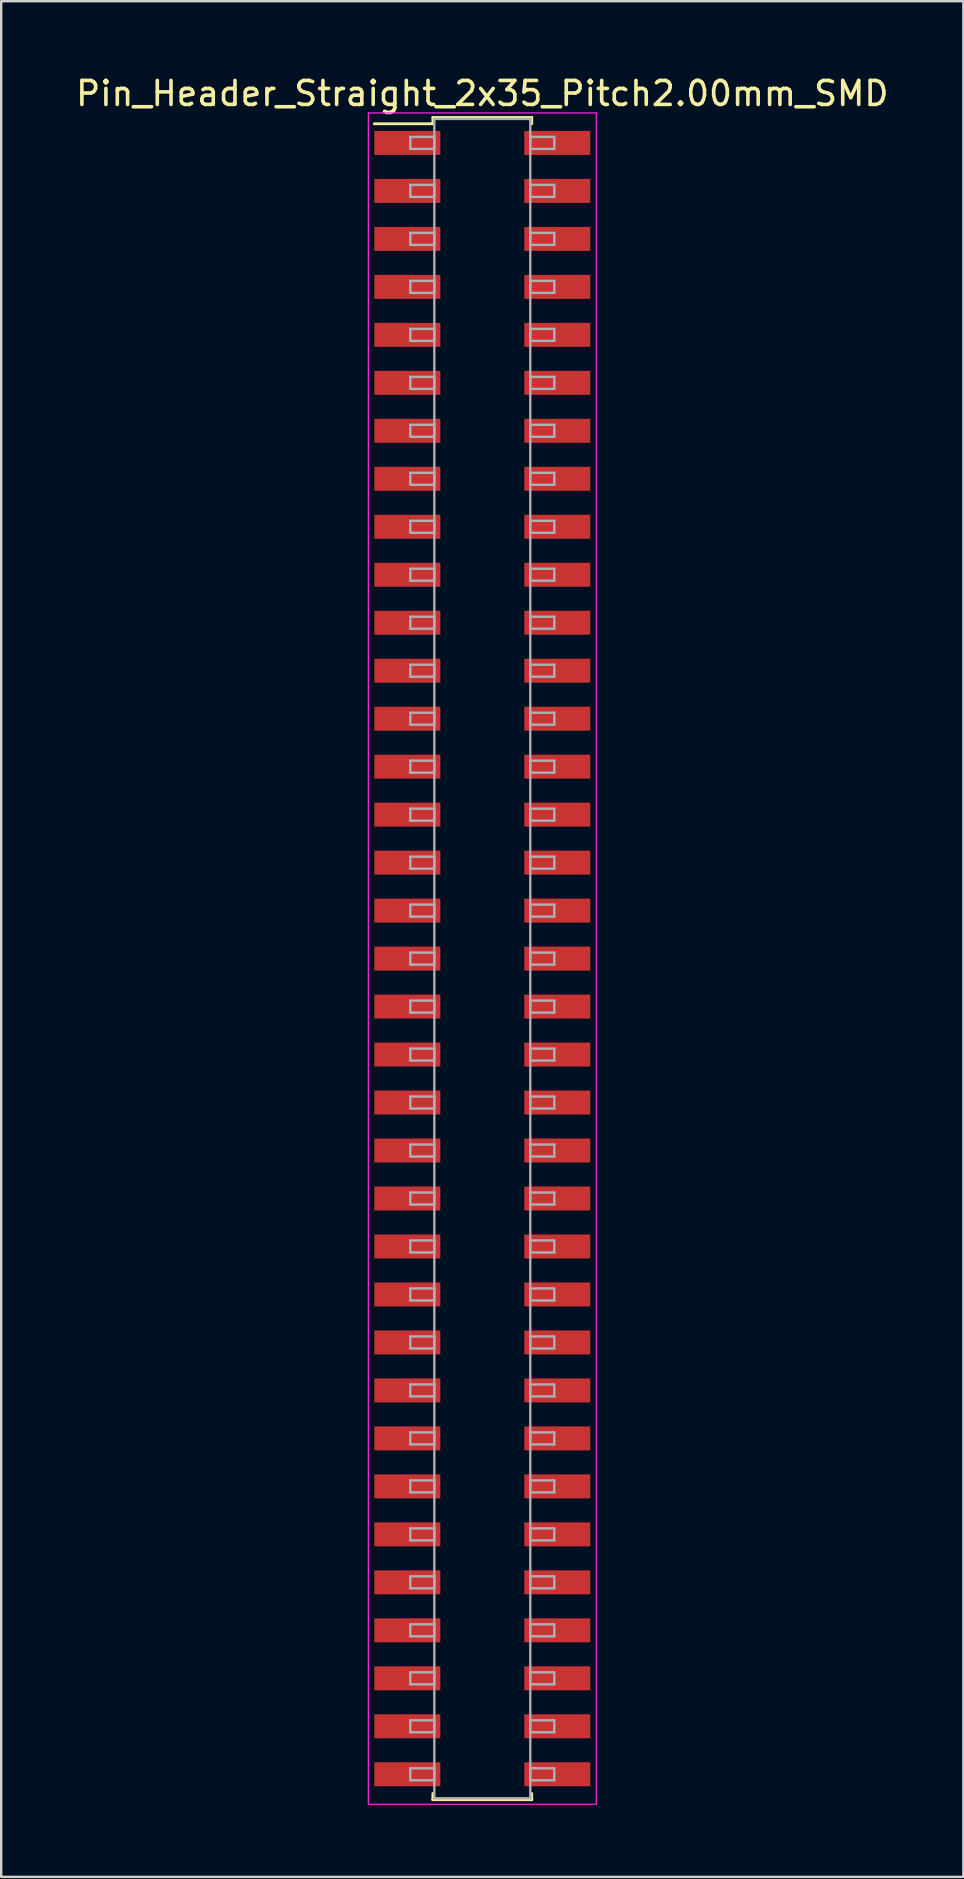
<source format=kicad_pcb>
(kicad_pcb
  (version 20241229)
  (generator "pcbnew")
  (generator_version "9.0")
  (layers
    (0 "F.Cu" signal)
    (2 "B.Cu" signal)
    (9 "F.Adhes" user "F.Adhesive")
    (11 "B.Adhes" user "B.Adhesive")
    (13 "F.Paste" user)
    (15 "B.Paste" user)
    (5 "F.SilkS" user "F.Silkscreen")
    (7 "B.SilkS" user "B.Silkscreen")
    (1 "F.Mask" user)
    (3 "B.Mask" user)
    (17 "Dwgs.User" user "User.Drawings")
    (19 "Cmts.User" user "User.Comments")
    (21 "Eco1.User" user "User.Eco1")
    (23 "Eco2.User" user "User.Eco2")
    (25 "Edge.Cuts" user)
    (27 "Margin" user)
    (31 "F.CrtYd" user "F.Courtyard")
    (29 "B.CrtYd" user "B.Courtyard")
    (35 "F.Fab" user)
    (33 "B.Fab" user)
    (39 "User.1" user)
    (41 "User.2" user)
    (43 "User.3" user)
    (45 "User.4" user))
  (footprint "Pin_Header_Straight_2x35_Pitch2.00mm_SMD"
    (layer "F.Cu")
    (at 17.054 36.908)
    (property "Reference" "Pin_Header_Straight_2x35_Pitch2.00mm_SMD" (at 0 -36.06 0) (layer "F.SilkS") (effects (font (size 1 1) (thickness 0.15))))
    (attr smd)
    (fp_line (start -4.5 -34.8) (end -2.06 -34.8) (stroke (width 0.12) (type solid)) (layer "F.SilkS"))
    (fp_line (start -2.06 -35.06) (end 2.06 -35.06) (stroke (width 0.12) (type solid)) (layer "F.SilkS"))
    (fp_line (start -2.06 -34.8) (end -2.06 -35.06) (stroke (width 0.12) (type solid)) (layer "F.SilkS"))
    (fp_line (start -2.06 34.8) (end -2.06 35.06) (stroke (width 0.12) (type solid)) (layer "F.SilkS"))
    (fp_line (start -2.06 35.06) (end 2.06 35.06) (stroke (width 0.12) (type solid)) (layer "F.SilkS"))
    (fp_line (start 2.06 -35.06) (end 2.06 -34.8) (stroke (width 0.12) (type solid)) (layer "F.SilkS"))
    (fp_line (start 2.06 35.06) (end 2.06 34.8) (stroke (width 0.12) (type solid)) (layer "F.SilkS"))
    (fp_line (start -4.75 -35.25) (end -4.75 35.25) (stroke (width 0.05) (type solid)) (layer "F.CrtYd"))
    (fp_line (start -4.75 35.25) (end 4.75 35.25) (stroke (width 0.05) (type solid)) (layer "F.CrtYd"))
    (fp_line (start 4.75 -35.25) (end -4.75 -35.25) (stroke (width 0.05) (type solid)) (layer "F.CrtYd"))
    (fp_line (start 4.75 35.25) (end 4.75 -35.25) (stroke (width 0.05) (type solid)) (layer "F.CrtYd"))
    (fp_line (start -3 -34.25) (end -2 -34.25) (stroke (width 0.1) (type solid)) (layer "F.Fab"))
    (fp_line (start -3 -33.75) (end -3 -34.25) (stroke (width 0.1) (type solid)) (layer "F.Fab"))
    (fp_line (start -3 -32.25) (end -2 -32.25) (stroke (width 0.1) (type solid)) (layer "F.Fab"))
    (fp_line (start -3 -31.75) (end -3 -32.25) (stroke (width 0.1) (type solid)) (layer "F.Fab"))
    (fp_line (start -3 -30.25) (end -2 -30.25) (stroke (width 0.1) (type solid)) (layer "F.Fab"))
    (fp_line (start -3 -29.75) (end -3 -30.25) (stroke (width 0.1) (type solid)) (layer "F.Fab"))
    (fp_line (start -3 -28.25) (end -2 -28.25) (stroke (width 0.1) (type solid)) (layer "F.Fab"))
    (fp_line (start -3 -27.75) (end -3 -28.25) (stroke (width 0.1) (type solid)) (layer "F.Fab"))
    (fp_line (start -3 -26.25) (end -2 -26.25) (stroke (width 0.1) (type solid)) (layer "F.Fab"))
    (fp_line (start -3 -25.75) (end -3 -26.25) (stroke (width 0.1) (type solid)) (layer "F.Fab"))
    (fp_line (start -3 -24.25) (end -2 -24.25) (stroke (width 0.1) (type solid)) (layer "F.Fab"))
    (fp_line (start -3 -23.75) (end -3 -24.25) (stroke (width 0.1) (type solid)) (layer "F.Fab"))
    (fp_line (start -3 -22.25) (end -2 -22.25) (stroke (width 0.1) (type solid)) (layer "F.Fab"))
    (fp_line (start -3 -21.75) (end -3 -22.25) (stroke (width 0.1) (type solid)) (layer "F.Fab"))
    (fp_line (start -3 -20.25) (end -2 -20.25) (stroke (width 0.1) (type solid)) (layer "F.Fab"))
    (fp_line (start -3 -19.75) (end -3 -20.25) (stroke (width 0.1) (type solid)) (layer "F.Fab"))
    (fp_line (start -3 -18.25) (end -2 -18.25) (stroke (width 0.1) (type solid)) (layer "F.Fab"))
    (fp_line (start -3 -17.75) (end -3 -18.25) (stroke (width 0.1) (type solid)) (layer "F.Fab"))
    (fp_line (start -3 -16.25) (end -2 -16.25) (stroke (width 0.1) (type solid)) (layer "F.Fab"))
    (fp_line (start -3 -15.75) (end -3 -16.25) (stroke (width 0.1) (type solid)) (layer "F.Fab"))
    (fp_line (start -3 -14.25) (end -2 -14.25) (stroke (width 0.1) (type solid)) (layer "F.Fab"))
    (fp_line (start -3 -13.75) (end -3 -14.25) (stroke (width 0.1) (type solid)) (layer "F.Fab"))
    (fp_line (start -3 -12.25) (end -2 -12.25) (stroke (width 0.1) (type solid)) (layer "F.Fab"))
    (fp_line (start -3 -11.75) (end -3 -12.25) (stroke (width 0.1) (type solid)) (layer "F.Fab"))
    (fp_line (start -3 -10.25) (end -2 -10.25) (stroke (width 0.1) (type solid)) (layer "F.Fab"))
    (fp_line (start -3 -9.75) (end -3 -10.25) (stroke (width 0.1) (type solid)) (layer "F.Fab"))
    (fp_line (start -3 -8.25) (end -2 -8.25) (stroke (width 0.1) (type solid)) (layer "F.Fab"))
    (fp_line (start -3 -7.75) (end -3 -8.25) (stroke (width 0.1) (type solid)) (layer "F.Fab"))
    (fp_line (start -3 -6.25) (end -2 -6.25) (stroke (width 0.1) (type solid)) (layer "F.Fab"))
    (fp_line (start -3 -5.75) (end -3 -6.25) (stroke (width 0.1) (type solid)) (layer "F.Fab"))
    (fp_line (start -3 -4.25) (end -2 -4.25) (stroke (width 0.1) (type solid)) (layer "F.Fab"))
    (fp_line (start -3 -3.75) (end -3 -4.25) (stroke (width 0.1) (type solid)) (layer "F.Fab"))
    (fp_line (start -3 -2.25) (end -2 -2.25) (stroke (width 0.1) (type solid)) (layer "F.Fab"))
    (fp_line (start -3 -1.75) (end -3 -2.25) (stroke (width 0.1) (type solid)) (layer "F.Fab"))
    (fp_line (start -3 -0.25) (end -2 -0.25) (stroke (width 0.1) (type solid)) (layer "F.Fab"))
    (fp_line (start -3 0.25) (end -3 -0.25) (stroke (width 0.1) (type solid)) (layer "F.Fab"))
    (fp_line (start -3 1.75) (end -2 1.75) (stroke (width 0.1) (type solid)) (layer "F.Fab"))
    (fp_line (start -3 2.25) (end -3 1.75) (stroke (width 0.1) (type solid)) (layer "F.Fab"))
    (fp_line (start -3 3.75) (end -2 3.75) (stroke (width 0.1) (type solid)) (layer "F.Fab"))
    (fp_line (start -3 4.25) (end -3 3.75) (stroke (width 0.1) (type solid)) (layer "F.Fab"))
    (fp_line (start -3 5.75) (end -2 5.75) (stroke (width 0.1) (type solid)) (layer "F.Fab"))
    (fp_line (start -3 6.25) (end -3 5.75) (stroke (width 0.1) (type solid)) (layer "F.Fab"))
    (fp_line (start -3 7.75) (end -2 7.75) (stroke (width 0.1) (type solid)) (layer "F.Fab"))
    (fp_line (start -3 8.25) (end -3 7.75) (stroke (width 0.1) (type solid)) (layer "F.Fab"))
    (fp_line (start -3 9.75) (end -2 9.75) (stroke (width 0.1) (type solid)) (layer "F.Fab"))
    (fp_line (start -3 10.25) (end -3 9.75) (stroke (width 0.1) (type solid)) (layer "F.Fab"))
    (fp_line (start -3 11.75) (end -2 11.75) (stroke (width 0.1) (type solid)) (layer "F.Fab"))
    (fp_line (start -3 12.25) (end -3 11.75) (stroke (width 0.1) (type solid)) (layer "F.Fab"))
    (fp_line (start -3 13.75) (end -2 13.75) (stroke (width 0.1) (type solid)) (layer "F.Fab"))
    (fp_line (start -3 14.25) (end -3 13.75) (stroke (width 0.1) (type solid)) (layer "F.Fab"))
    (fp_line (start -3 15.75) (end -2 15.75) (stroke (width 0.1) (type solid)) (layer "F.Fab"))
    (fp_line (start -3 16.25) (end -3 15.75) (stroke (width 0.1) (type solid)) (layer "F.Fab"))
    (fp_line (start -3 17.75) (end -2 17.75) (stroke (width 0.1) (type solid)) (layer "F.Fab"))
    (fp_line (start -3 18.25) (end -3 17.75) (stroke (width 0.1) (type solid)) (layer "F.Fab"))
    (fp_line (start -3 19.75) (end -2 19.75) (stroke (width 0.1) (type solid)) (layer "F.Fab"))
    (fp_line (start -3 20.25) (end -3 19.75) (stroke (width 0.1) (type solid)) (layer "F.Fab"))
    (fp_line (start -3 21.75) (end -2 21.75) (stroke (width 0.1) (type solid)) (layer "F.Fab"))
    (fp_line (start -3 22.25) (end -3 21.75) (stroke (width 0.1) (type solid)) (layer "F.Fab"))
    (fp_line (start -3 23.75) (end -2 23.75) (stroke (width 0.1) (type solid)) (layer "F.Fab"))
    (fp_line (start -3 24.25) (end -3 23.75) (stroke (width 0.1) (type solid)) (layer "F.Fab"))
    (fp_line (start -3 25.75) (end -2 25.75) (stroke (width 0.1) (type solid)) (layer "F.Fab"))
    (fp_line (start -3 26.25) (end -3 25.75) (stroke (width 0.1) (type solid)) (layer "F.Fab"))
    (fp_line (start -3 27.75) (end -2 27.75) (stroke (width 0.1) (type solid)) (layer "F.Fab"))
    (fp_line (start -3 28.25) (end -3 27.75) (stroke (width 0.1) (type solid)) (layer "F.Fab"))
    (fp_line (start -3 29.75) (end -2 29.75) (stroke (width 0.1) (type solid)) (layer "F.Fab"))
    (fp_line (start -3 30.25) (end -3 29.75) (stroke (width 0.1) (type solid)) (layer "F.Fab"))
    (fp_line (start -3 31.75) (end -2 31.75) (stroke (width 0.1) (type solid)) (layer "F.Fab"))
    (fp_line (start -3 32.25) (end -3 31.75) (stroke (width 0.1) (type solid)) (layer "F.Fab"))
    (fp_line (start -3 33.75) (end -2 33.75) (stroke (width 0.1) (type solid)) (layer "F.Fab"))
    (fp_line (start -3 34.25) (end -3 33.75) (stroke (width 0.1) (type solid)) (layer "F.Fab"))
    (fp_line (start -2 -35) (end -2 35) (stroke (width 0.1) (type solid)) (layer "F.Fab"))
    (fp_line (start -2 -34.25) (end -2 -33.75) (stroke (width 0.1) (type solid)) (layer "F.Fab"))
    (fp_line (start -2 -33.75) (end -3 -33.75) (stroke (width 0.1) (type solid)) (layer "F.Fab"))
    (fp_line (start -2 -32.25) (end -2 -31.75) (stroke (width 0.1) (type solid)) (layer "F.Fab"))
    (fp_line (start -2 -31.75) (end -3 -31.75) (stroke (width 0.1) (type solid)) (layer "F.Fab"))
    (fp_line (start -2 -30.25) (end -2 -29.75) (stroke (width 0.1) (type solid)) (layer "F.Fab"))
    (fp_line (start -2 -29.75) (end -3 -29.75) (stroke (width 0.1) (type solid)) (layer "F.Fab"))
    (fp_line (start -2 -28.25) (end -2 -27.75) (stroke (width 0.1) (type solid)) (layer "F.Fab"))
    (fp_line (start -2 -27.75) (end -3 -27.75) (stroke (width 0.1) (type solid)) (layer "F.Fab"))
    (fp_line (start -2 -26.25) (end -2 -25.75) (stroke (width 0.1) (type solid)) (layer "F.Fab"))
    (fp_line (start -2 -25.75) (end -3 -25.75) (stroke (width 0.1) (type solid)) (layer "F.Fab"))
    (fp_line (start -2 -24.25) (end -2 -23.75) (stroke (width 0.1) (type solid)) (layer "F.Fab"))
    (fp_line (start -2 -23.75) (end -3 -23.75) (stroke (width 0.1) (type solid)) (layer "F.Fab"))
    (fp_line (start -2 -22.25) (end -2 -21.75) (stroke (width 0.1) (type solid)) (layer "F.Fab"))
    (fp_line (start -2 -21.75) (end -3 -21.75) (stroke (width 0.1) (type solid)) (layer "F.Fab"))
    (fp_line (start -2 -20.25) (end -2 -19.75) (stroke (width 0.1) (type solid)) (layer "F.Fab"))
    (fp_line (start -2 -19.75) (end -3 -19.75) (stroke (width 0.1) (type solid)) (layer "F.Fab"))
    (fp_line (start -2 -18.25) (end -2 -17.75) (stroke (width 0.1) (type solid)) (layer "F.Fab"))
    (fp_line (start -2 -17.75) (end -3 -17.75) (stroke (width 0.1) (type solid)) (layer "F.Fab"))
    (fp_line (start -2 -16.25) (end -2 -15.75) (stroke (width 0.1) (type solid)) (layer "F.Fab"))
    (fp_line (start -2 -15.75) (end -3 -15.75) (stroke (width 0.1) (type solid)) (layer "F.Fab"))
    (fp_line (start -2 -14.25) (end -2 -13.75) (stroke (width 0.1) (type solid)) (layer "F.Fab"))
    (fp_line (start -2 -13.75) (end -3 -13.75) (stroke (width 0.1) (type solid)) (layer "F.Fab"))
    (fp_line (start -2 -12.25) (end -2 -11.75) (stroke (width 0.1) (type solid)) (layer "F.Fab"))
    (fp_line (start -2 -11.75) (end -3 -11.75) (stroke (width 0.1) (type solid)) (layer "F.Fab"))
    (fp_line (start -2 -10.25) (end -2 -9.75) (stroke (width 0.1) (type solid)) (layer "F.Fab"))
    (fp_line (start -2 -9.75) (end -3 -9.75) (stroke (width 0.1) (type solid)) (layer "F.Fab"))
    (fp_line (start -2 -8.25) (end -2 -7.75) (stroke (width 0.1) (type solid)) (layer "F.Fab"))
    (fp_line (start -2 -7.75) (end -3 -7.75) (stroke (width 0.1) (type solid)) (layer "F.Fab"))
    (fp_line (start -2 -6.25) (end -2 -5.75) (stroke (width 0.1) (type solid)) (layer "F.Fab"))
    (fp_line (start -2 -5.75) (end -3 -5.75) (stroke (width 0.1) (type solid)) (layer "F.Fab"))
    (fp_line (start -2 -4.25) (end -2 -3.75) (stroke (width 0.1) (type solid)) (layer "F.Fab"))
    (fp_line (start -2 -3.75) (end -3 -3.75) (stroke (width 0.1) (type solid)) (layer "F.Fab"))
    (fp_line (start -2 -2.25) (end -2 -1.75) (stroke (width 0.1) (type solid)) (layer "F.Fab"))
    (fp_line (start -2 -1.75) (end -3 -1.75) (stroke (width 0.1) (type solid)) (layer "F.Fab"))
    (fp_line (start -2 -0.25) (end -2 0.25) (stroke (width 0.1) (type solid)) (layer "F.Fab"))
    (fp_line (start -2 0.25) (end -3 0.25) (stroke (width 0.1) (type solid)) (layer "F.Fab"))
    (fp_line (start -2 1.75) (end -2 2.25) (stroke (width 0.1) (type solid)) (layer "F.Fab"))
    (fp_line (start -2 2.25) (end -3 2.25) (stroke (width 0.1) (type solid)) (layer "F.Fab"))
    (fp_line (start -2 3.75) (end -2 4.25) (stroke (width 0.1) (type solid)) (layer "F.Fab"))
    (fp_line (start -2 4.25) (end -3 4.25) (stroke (width 0.1) (type solid)) (layer "F.Fab"))
    (fp_line (start -2 5.75) (end -2 6.25) (stroke (width 0.1) (type solid)) (layer "F.Fab"))
    (fp_line (start -2 6.25) (end -3 6.25) (stroke (width 0.1) (type solid)) (layer "F.Fab"))
    (fp_line (start -2 7.75) (end -2 8.25) (stroke (width 0.1) (type solid)) (layer "F.Fab"))
    (fp_line (start -2 8.25) (end -3 8.25) (stroke (width 0.1) (type solid)) (layer "F.Fab"))
    (fp_line (start -2 9.75) (end -2 10.25) (stroke (width 0.1) (type solid)) (layer "F.Fab"))
    (fp_line (start -2 10.25) (end -3 10.25) (stroke (width 0.1) (type solid)) (layer "F.Fab"))
    (fp_line (start -2 11.75) (end -2 12.25) (stroke (width 0.1) (type solid)) (layer "F.Fab"))
    (fp_line (start -2 12.25) (end -3 12.25) (stroke (width 0.1) (type solid)) (layer "F.Fab"))
    (fp_line (start -2 13.75) (end -2 14.25) (stroke (width 0.1) (type solid)) (layer "F.Fab"))
    (fp_line (start -2 14.25) (end -3 14.25) (stroke (width 0.1) (type solid)) (layer "F.Fab"))
    (fp_line (start -2 15.75) (end -2 16.25) (stroke (width 0.1) (type solid)) (layer "F.Fab"))
    (fp_line (start -2 16.25) (end -3 16.25) (stroke (width 0.1) (type solid)) (layer "F.Fab"))
    (fp_line (start -2 17.75) (end -2 18.25) (stroke (width 0.1) (type solid)) (layer "F.Fab"))
    (fp_line (start -2 18.25) (end -3 18.25) (stroke (width 0.1) (type solid)) (layer "F.Fab"))
    (fp_line (start -2 19.75) (end -2 20.25) (stroke (width 0.1) (type solid)) (layer "F.Fab"))
    (fp_line (start -2 20.25) (end -3 20.25) (stroke (width 0.1) (type solid)) (layer "F.Fab"))
    (fp_line (start -2 21.75) (end -2 22.25) (stroke (width 0.1) (type solid)) (layer "F.Fab"))
    (fp_line (start -2 22.25) (end -3 22.25) (stroke (width 0.1) (type solid)) (layer "F.Fab"))
    (fp_line (start -2 23.75) (end -2 24.25) (stroke (width 0.1) (type solid)) (layer "F.Fab"))
    (fp_line (start -2 24.25) (end -3 24.25) (stroke (width 0.1) (type solid)) (layer "F.Fab"))
    (fp_line (start -2 25.75) (end -2 26.25) (stroke (width 0.1) (type solid)) (layer "F.Fab"))
    (fp_line (start -2 26.25) (end -3 26.25) (stroke (width 0.1) (type solid)) (layer "F.Fab"))
    (fp_line (start -2 27.75) (end -2 28.25) (stroke (width 0.1) (type solid)) (layer "F.Fab"))
    (fp_line (start -2 28.25) (end -3 28.25) (stroke (width 0.1) (type solid)) (layer "F.Fab"))
    (fp_line (start -2 29.75) (end -2 30.25) (stroke (width 0.1) (type solid)) (layer "F.Fab"))
    (fp_line (start -2 30.25) (end -3 30.25) (stroke (width 0.1) (type solid)) (layer "F.Fab"))
    (fp_line (start -2 31.75) (end -2 32.25) (stroke (width 0.1) (type solid)) (layer "F.Fab"))
    (fp_line (start -2 32.25) (end -3 32.25) (stroke (width 0.1) (type solid)) (layer "F.Fab"))
    (fp_line (start -2 33.75) (end -2 34.25) (stroke (width 0.1) (type solid)) (layer "F.Fab"))
    (fp_line (start -2 34.25) (end -3 34.25) (stroke (width 0.1) (type solid)) (layer "F.Fab"))
    (fp_line (start -2 35) (end 2 35) (stroke (width 0.1) (type solid)) (layer "F.Fab"))
    (fp_line (start 2 -35) (end -2 -35) (stroke (width 0.1) (type solid)) (layer "F.Fab"))
    (fp_line (start 2 -34.25) (end 2 -33.75) (stroke (width 0.1) (type solid)) (layer "F.Fab"))
    (fp_line (start 2 -33.75) (end 3 -33.75) (stroke (width 0.1) (type solid)) (layer "F.Fab"))
    (fp_line (start 2 -32.25) (end 2 -31.75) (stroke (width 0.1) (type solid)) (layer "F.Fab"))
    (fp_line (start 2 -31.75) (end 3 -31.75) (stroke (width 0.1) (type solid)) (layer "F.Fab"))
    (fp_line (start 2 -30.25) (end 2 -29.75) (stroke (width 0.1) (type solid)) (layer "F.Fab"))
    (fp_line (start 2 -29.75) (end 3 -29.75) (stroke (width 0.1) (type solid)) (layer "F.Fab"))
    (fp_line (start 2 -28.25) (end 2 -27.75) (stroke (width 0.1) (type solid)) (layer "F.Fab"))
    (fp_line (start 2 -27.75) (end 3 -27.75) (stroke (width 0.1) (type solid)) (layer "F.Fab"))
    (fp_line (start 2 -26.25) (end 2 -25.75) (stroke (width 0.1) (type solid)) (layer "F.Fab"))
    (fp_line (start 2 -25.75) (end 3 -25.75) (stroke (width 0.1) (type solid)) (layer "F.Fab"))
    (fp_line (start 2 -24.25) (end 2 -23.75) (stroke (width 0.1) (type solid)) (layer "F.Fab"))
    (fp_line (start 2 -23.75) (end 3 -23.75) (stroke (width 0.1) (type solid)) (layer "F.Fab"))
    (fp_line (start 2 -22.25) (end 2 -21.75) (stroke (width 0.1) (type solid)) (layer "F.Fab"))
    (fp_line (start 2 -21.75) (end 3 -21.75) (stroke (width 0.1) (type solid)) (layer "F.Fab"))
    (fp_line (start 2 -20.25) (end 2 -19.75) (stroke (width 0.1) (type solid)) (layer "F.Fab"))
    (fp_line (start 2 -19.75) (end 3 -19.75) (stroke (width 0.1) (type solid)) (layer "F.Fab"))
    (fp_line (start 2 -18.25) (end 2 -17.75) (stroke (width 0.1) (type solid)) (layer "F.Fab"))
    (fp_line (start 2 -17.75) (end 3 -17.75) (stroke (width 0.1) (type solid)) (layer "F.Fab"))
    (fp_line (start 2 -16.25) (end 2 -15.75) (stroke (width 0.1) (type solid)) (layer "F.Fab"))
    (fp_line (start 2 -15.75) (end 3 -15.75) (stroke (width 0.1) (type solid)) (layer "F.Fab"))
    (fp_line (start 2 -14.25) (end 2 -13.75) (stroke (width 0.1) (type solid)) (layer "F.Fab"))
    (fp_line (start 2 -13.75) (end 3 -13.75) (stroke (width 0.1) (type solid)) (layer "F.Fab"))
    (fp_line (start 2 -12.25) (end 2 -11.75) (stroke (width 0.1) (type solid)) (layer "F.Fab"))
    (fp_line (start 2 -11.75) (end 3 -11.75) (stroke (width 0.1) (type solid)) (layer "F.Fab"))
    (fp_line (start 2 -10.25) (end 2 -9.75) (stroke (width 0.1) (type solid)) (layer "F.Fab"))
    (fp_line (start 2 -9.75) (end 3 -9.75) (stroke (width 0.1) (type solid)) (layer "F.Fab"))
    (fp_line (start 2 -8.25) (end 2 -7.75) (stroke (width 0.1) (type solid)) (layer "F.Fab"))
    (fp_line (start 2 -7.75) (end 3 -7.75) (stroke (width 0.1) (type solid)) (layer "F.Fab"))
    (fp_line (start 2 -6.25) (end 2 -5.75) (stroke (width 0.1) (type solid)) (layer "F.Fab"))
    (fp_line (start 2 -5.75) (end 3 -5.75) (stroke (width 0.1) (type solid)) (layer "F.Fab"))
    (fp_line (start 2 -4.25) (end 2 -3.75) (stroke (width 0.1) (type solid)) (layer "F.Fab"))
    (fp_line (start 2 -3.75) (end 3 -3.75) (stroke (width 0.1) (type solid)) (layer "F.Fab"))
    (fp_line (start 2 -2.25) (end 2 -1.75) (stroke (width 0.1) (type solid)) (layer "F.Fab"))
    (fp_line (start 2 -1.75) (end 3 -1.75) (stroke (width 0.1) (type solid)) (layer "F.Fab"))
    (fp_line (start 2 -0.25) (end 2 0.25) (stroke (width 0.1) (type solid)) (layer "F.Fab"))
    (fp_line (start 2 0.25) (end 3 0.25) (stroke (width 0.1) (type solid)) (layer "F.Fab"))
    (fp_line (start 2 1.75) (end 2 2.25) (stroke (width 0.1) (type solid)) (layer "F.Fab"))
    (fp_line (start 2 2.25) (end 3 2.25) (stroke (width 0.1) (type solid)) (layer "F.Fab"))
    (fp_line (start 2 3.75) (end 2 4.25) (stroke (width 0.1) (type solid)) (layer "F.Fab"))
    (fp_line (start 2 4.25) (end 3 4.25) (stroke (width 0.1) (type solid)) (layer "F.Fab"))
    (fp_line (start 2 5.75) (end 2 6.25) (stroke (width 0.1) (type solid)) (layer "F.Fab"))
    (fp_line (start 2 6.25) (end 3 6.25) (stroke (width 0.1) (type solid)) (layer "F.Fab"))
    (fp_line (start 2 7.75) (end 2 8.25) (stroke (width 0.1) (type solid)) (layer "F.Fab"))
    (fp_line (start 2 8.25) (end 3 8.25) (stroke (width 0.1) (type solid)) (layer "F.Fab"))
    (fp_line (start 2 9.75) (end 2 10.25) (stroke (width 0.1) (type solid)) (layer "F.Fab"))
    (fp_line (start 2 10.25) (end 3 10.25) (stroke (width 0.1) (type solid)) (layer "F.Fab"))
    (fp_line (start 2 11.75) (end 2 12.25) (stroke (width 0.1) (type solid)) (layer "F.Fab"))
    (fp_line (start 2 12.25) (end 3 12.25) (stroke (width 0.1) (type solid)) (layer "F.Fab"))
    (fp_line (start 2 13.75) (end 2 14.25) (stroke (width 0.1) (type solid)) (layer "F.Fab"))
    (fp_line (start 2 14.25) (end 3 14.25) (stroke (width 0.1) (type solid)) (layer "F.Fab"))
    (fp_line (start 2 15.75) (end 2 16.25) (stroke (width 0.1) (type solid)) (layer "F.Fab"))
    (fp_line (start 2 16.25) (end 3 16.25) (stroke (width 0.1) (type solid)) (layer "F.Fab"))
    (fp_line (start 2 17.75) (end 2 18.25) (stroke (width 0.1) (type solid)) (layer "F.Fab"))
    (fp_line (start 2 18.25) (end 3 18.25) (stroke (width 0.1) (type solid)) (layer "F.Fab"))
    (fp_line (start 2 19.75) (end 2 20.25) (stroke (width 0.1) (type solid)) (layer "F.Fab"))
    (fp_line (start 2 20.25) (end 3 20.25) (stroke (width 0.1) (type solid)) (layer "F.Fab"))
    (fp_line (start 2 21.75) (end 2 22.25) (stroke (width 0.1) (type solid)) (layer "F.Fab"))
    (fp_line (start 2 22.25) (end 3 22.25) (stroke (width 0.1) (type solid)) (layer "F.Fab"))
    (fp_line (start 2 23.75) (end 2 24.25) (stroke (width 0.1) (type solid)) (layer "F.Fab"))
    (fp_line (start 2 24.25) (end 3 24.25) (stroke (width 0.1) (type solid)) (layer "F.Fab"))
    (fp_line (start 2 25.75) (end 2 26.25) (stroke (width 0.1) (type solid)) (layer "F.Fab"))
    (fp_line (start 2 26.25) (end 3 26.25) (stroke (width 0.1) (type solid)) (layer "F.Fab"))
    (fp_line (start 2 27.75) (end 2 28.25) (stroke (width 0.1) (type solid)) (layer "F.Fab"))
    (fp_line (start 2 28.25) (end 3 28.25) (stroke (width 0.1) (type solid)) (layer "F.Fab"))
    (fp_line (start 2 29.75) (end 2 30.25) (stroke (width 0.1) (type solid)) (layer "F.Fab"))
    (fp_line (start 2 30.25) (end 3 30.25) (stroke (width 0.1) (type solid)) (layer "F.Fab"))
    (fp_line (start 2 31.75) (end 2 32.25) (stroke (width 0.1) (type solid)) (layer "F.Fab"))
    (fp_line (start 2 32.25) (end 3 32.25) (stroke (width 0.1) (type solid)) (layer "F.Fab"))
    (fp_line (start 2 33.75) (end 2 34.25) (stroke (width 0.1) (type solid)) (layer "F.Fab"))
    (fp_line (start 2 34.25) (end 3 34.25) (stroke (width 0.1) (type solid)) (layer "F.Fab"))
    (fp_line (start 2 35) (end 2 -35) (stroke (width 0.1) (type solid)) (layer "F.Fab"))
    (fp_line (start 3 -34.25) (end 2 -34.25) (stroke (width 0.1) (type solid)) (layer "F.Fab"))
    (fp_line (start 3 -33.75) (end 3 -34.25) (stroke (width 0.1) (type solid)) (layer "F.Fab"))
    (fp_line (start 3 -32.25) (end 2 -32.25) (stroke (width 0.1) (type solid)) (layer "F.Fab"))
    (fp_line (start 3 -31.75) (end 3 -32.25) (stroke (width 0.1) (type solid)) (layer "F.Fab"))
    (fp_line (start 3 -30.25) (end 2 -30.25) (stroke (width 0.1) (type solid)) (layer "F.Fab"))
    (fp_line (start 3 -29.75) (end 3 -30.25) (stroke (width 0.1) (type solid)) (layer "F.Fab"))
    (fp_line (start 3 -28.25) (end 2 -28.25) (stroke (width 0.1) (type solid)) (layer "F.Fab"))
    (fp_line (start 3 -27.75) (end 3 -28.25) (stroke (width 0.1) (type solid)) (layer "F.Fab"))
    (fp_line (start 3 -26.25) (end 2 -26.25) (stroke (width 0.1) (type solid)) (layer "F.Fab"))
    (fp_line (start 3 -25.75) (end 3 -26.25) (stroke (width 0.1) (type solid)) (layer "F.Fab"))
    (fp_line (start 3 -24.25) (end 2 -24.25) (stroke (width 0.1) (type solid)) (layer "F.Fab"))
    (fp_line (start 3 -23.75) (end 3 -24.25) (stroke (width 0.1) (type solid)) (layer "F.Fab"))
    (fp_line (start 3 -22.25) (end 2 -22.25) (stroke (width 0.1) (type solid)) (layer "F.Fab"))
    (fp_line (start 3 -21.75) (end 3 -22.25) (stroke (width 0.1) (type solid)) (layer "F.Fab"))
    (fp_line (start 3 -20.25) (end 2 -20.25) (stroke (width 0.1) (type solid)) (layer "F.Fab"))
    (fp_line (start 3 -19.75) (end 3 -20.25) (stroke (width 0.1) (type solid)) (layer "F.Fab"))
    (fp_line (start 3 -18.25) (end 2 -18.25) (stroke (width 0.1) (type solid)) (layer "F.Fab"))
    (fp_line (start 3 -17.75) (end 3 -18.25) (stroke (width 0.1) (type solid)) (layer "F.Fab"))
    (fp_line (start 3 -16.25) (end 2 -16.25) (stroke (width 0.1) (type solid)) (layer "F.Fab"))
    (fp_line (start 3 -15.75) (end 3 -16.25) (stroke (width 0.1) (type solid)) (layer "F.Fab"))
    (fp_line (start 3 -14.25) (end 2 -14.25) (stroke (width 0.1) (type solid)) (layer "F.Fab"))
    (fp_line (start 3 -13.75) (end 3 -14.25) (stroke (width 0.1) (type solid)) (layer "F.Fab"))
    (fp_line (start 3 -12.25) (end 2 -12.25) (stroke (width 0.1) (type solid)) (layer "F.Fab"))
    (fp_line (start 3 -11.75) (end 3 -12.25) (stroke (width 0.1) (type solid)) (layer "F.Fab"))
    (fp_line (start 3 -10.25) (end 2 -10.25) (stroke (width 0.1) (type solid)) (layer "F.Fab"))
    (fp_line (start 3 -9.75) (end 3 -10.25) (stroke (width 0.1) (type solid)) (layer "F.Fab"))
    (fp_line (start 3 -8.25) (end 2 -8.25) (stroke (width 0.1) (type solid)) (layer "F.Fab"))
    (fp_line (start 3 -7.75) (end 3 -8.25) (stroke (width 0.1) (type solid)) (layer "F.Fab"))
    (fp_line (start 3 -6.25) (end 2 -6.25) (stroke (width 0.1) (type solid)) (layer "F.Fab"))
    (fp_line (start 3 -5.75) (end 3 -6.25) (stroke (width 0.1) (type solid)) (layer "F.Fab"))
    (fp_line (start 3 -4.25) (end 2 -4.25) (stroke (width 0.1) (type solid)) (layer "F.Fab"))
    (fp_line (start 3 -3.75) (end 3 -4.25) (stroke (width 0.1) (type solid)) (layer "F.Fab"))
    (fp_line (start 3 -2.25) (end 2 -2.25) (stroke (width 0.1) (type solid)) (layer "F.Fab"))
    (fp_line (start 3 -1.75) (end 3 -2.25) (stroke (width 0.1) (type solid)) (layer "F.Fab"))
    (fp_line (start 3 -0.25) (end 2 -0.25) (stroke (width 0.1) (type solid)) (layer "F.Fab"))
    (fp_line (start 3 0.25) (end 3 -0.25) (stroke (width 0.1) (type solid)) (layer "F.Fab"))
    (fp_line (start 3 1.75) (end 2 1.75) (stroke (width 0.1) (type solid)) (layer "F.Fab"))
    (fp_line (start 3 2.25) (end 3 1.75) (stroke (width 0.1) (type solid)) (layer "F.Fab"))
    (fp_line (start 3 3.75) (end 2 3.75) (stroke (width 0.1) (type solid)) (layer "F.Fab"))
    (fp_line (start 3 4.25) (end 3 3.75) (stroke (width 0.1) (type solid)) (layer "F.Fab"))
    (fp_line (start 3 5.75) (end 2 5.75) (stroke (width 0.1) (type solid)) (layer "F.Fab"))
    (fp_line (start 3 6.25) (end 3 5.75) (stroke (width 0.1) (type solid)) (layer "F.Fab"))
    (fp_line (start 3 7.75) (end 2 7.75) (stroke (width 0.1) (type solid)) (layer "F.Fab"))
    (fp_line (start 3 8.25) (end 3 7.75) (stroke (width 0.1) (type solid)) (layer "F.Fab"))
    (fp_line (start 3 9.75) (end 2 9.75) (stroke (width 0.1) (type solid)) (layer "F.Fab"))
    (fp_line (start 3 10.25) (end 3 9.75) (stroke (width 0.1) (type solid)) (layer "F.Fab"))
    (fp_line (start 3 11.75) (end 2 11.75) (stroke (width 0.1) (type solid)) (layer "F.Fab"))
    (fp_line (start 3 12.25) (end 3 11.75) (stroke (width 0.1) (type solid)) (layer "F.Fab"))
    (fp_line (start 3 13.75) (end 2 13.75) (stroke (width 0.1) (type solid)) (layer "F.Fab"))
    (fp_line (start 3 14.25) (end 3 13.75) (stroke (width 0.1) (type solid)) (layer "F.Fab"))
    (fp_line (start 3 15.75) (end 2 15.75) (stroke (width 0.1) (type solid)) (layer "F.Fab"))
    (fp_line (start 3 16.25) (end 3 15.75) (stroke (width 0.1) (type solid)) (layer "F.Fab"))
    (fp_line (start 3 17.75) (end 2 17.75) (stroke (width 0.1) (type solid)) (layer "F.Fab"))
    (fp_line (start 3 18.25) (end 3 17.75) (stroke (width 0.1) (type solid)) (layer "F.Fab"))
    (fp_line (start 3 19.75) (end 2 19.75) (stroke (width 0.1) (type solid)) (layer "F.Fab"))
    (fp_line (start 3 20.25) (end 3 19.75) (stroke (width 0.1) (type solid)) (layer "F.Fab"))
    (fp_line (start 3 21.75) (end 2 21.75) (stroke (width 0.1) (type solid)) (layer "F.Fab"))
    (fp_line (start 3 22.25) (end 3 21.75) (stroke (width 0.1) (type solid)) (layer "F.Fab"))
    (fp_line (start 3 23.75) (end 2 23.75) (stroke (width 0.1) (type solid)) (layer "F.Fab"))
    (fp_line (start 3 24.25) (end 3 23.75) (stroke (width 0.1) (type solid)) (layer "F.Fab"))
    (fp_line (start 3 25.75) (end 2 25.75) (stroke (width 0.1) (type solid)) (layer "F.Fab"))
    (fp_line (start 3 26.25) (end 3 25.75) (stroke (width 0.1) (type solid)) (layer "F.Fab"))
    (fp_line (start 3 27.75) (end 2 27.75) (stroke (width 0.1) (type solid)) (layer "F.Fab"))
    (fp_line (start 3 28.25) (end 3 27.75) (stroke (width 0.1) (type solid)) (layer "F.Fab"))
    (fp_line (start 3 29.75) (end 2 29.75) (stroke (width 0.1) (type solid)) (layer "F.Fab"))
    (fp_line (start 3 30.25) (end 3 29.75) (stroke (width 0.1) (type solid)) (layer "F.Fab"))
    (fp_line (start 3 31.75) (end 2 31.75) (stroke (width 0.1) (type solid)) (layer "F.Fab"))
    (fp_line (start 3 32.25) (end 3 31.75) (stroke (width 0.1) (type solid)) (layer "F.Fab"))
    (fp_line (start 3 33.75) (end 2 33.75) (stroke (width 0.1) (type solid)) (layer "F.Fab"))
    (fp_line (start 3 34.25) (end 3 33.75) (stroke (width 0.1) (type solid)) (layer "F.Fab"))
    (pad "1" smd rect (at -3.125 -34) (size 2.75 1) (layers "F.Cu" "F.Mask"))
    (pad "2" smd rect (at 3.125 -34) (size 2.75 1) (layers "F.Cu" "F.Mask"))
    (pad "3" smd rect (at -3.125 -32) (size 2.75 1) (layers "F.Cu" "F.Mask"))
    (pad "4" smd rect (at 3.125 -32) (size 2.75 1) (layers "F.Cu" "F.Mask"))
    (pad "5" smd rect (at -3.125 -30) (size 2.75 1) (layers "F.Cu" "F.Mask"))
    (pad "6" smd rect (at 3.125 -30) (size 2.75 1) (layers "F.Cu" "F.Mask"))
    (pad "7" smd rect (at -3.125 -28) (size 2.75 1) (layers "F.Cu" "F.Mask"))
    (pad "8" smd rect (at 3.125 -28) (size 2.75 1) (layers "F.Cu" "F.Mask"))
    (pad "9" smd rect (at -3.125 -26) (size 2.75 1) (layers "F.Cu" "F.Mask"))
    (pad "10" smd rect (at 3.125 -26) (size 2.75 1) (layers "F.Cu" "F.Mask"))
    (pad "11" smd rect (at -3.125 -24) (size 2.75 1) (layers "F.Cu" "F.Mask"))
    (pad "12" smd rect (at 3.125 -24) (size 2.75 1) (layers "F.Cu" "F.Mask"))
    (pad "13" smd rect (at -3.125 -22) (size 2.75 1) (layers "F.Cu" "F.Mask"))
    (pad "14" smd rect (at 3.125 -22) (size 2.75 1) (layers "F.Cu" "F.Mask"))
    (pad "15" smd rect (at -3.125 -20) (size 2.75 1) (layers "F.Cu" "F.Mask"))
    (pad "16" smd rect (at 3.125 -20) (size 2.75 1) (layers "F.Cu" "F.Mask"))
    (pad "17" smd rect (at -3.125 -18) (size 2.75 1) (layers "F.Cu" "F.Mask"))
    (pad "18" smd rect (at 3.125 -18) (size 2.75 1) (layers "F.Cu" "F.Mask"))
    (pad "19" smd rect (at -3.125 -16) (size 2.75 1) (layers "F.Cu" "F.Mask"))
    (pad "20" smd rect (at 3.125 -16) (size 2.75 1) (layers "F.Cu" "F.Mask"))
    (pad "21" smd rect (at -3.125 -14) (size 2.75 1) (layers "F.Cu" "F.Mask"))
    (pad "22" smd rect (at 3.125 -14) (size 2.75 1) (layers "F.Cu" "F.Mask"))
    (pad "23" smd rect (at -3.125 -12) (size 2.75 1) (layers "F.Cu" "F.Mask"))
    (pad "24" smd rect (at 3.125 -12) (size 2.75 1) (layers "F.Cu" "F.Mask"))
    (pad "25" smd rect (at -3.125 -10) (size 2.75 1) (layers "F.Cu" "F.Mask"))
    (pad "26" smd rect (at 3.125 -10) (size 2.75 1) (layers "F.Cu" "F.Mask"))
    (pad "27" smd rect (at -3.125 -8) (size 2.75 1) (layers "F.Cu" "F.Mask"))
    (pad "28" smd rect (at 3.125 -8) (size 2.75 1) (layers "F.Cu" "F.Mask"))
    (pad "29" smd rect (at -3.125 -6) (size 2.75 1) (layers "F.Cu" "F.Mask"))
    (pad "30" smd rect (at 3.125 -6) (size 2.75 1) (layers "F.Cu" "F.Mask"))
    (pad "31" smd rect (at -3.125 -4) (size 2.75 1) (layers "F.Cu" "F.Mask"))
    (pad "32" smd rect (at 3.125 -4) (size 2.75 1) (layers "F.Cu" "F.Mask"))
    (pad "33" smd rect (at -3.125 -2) (size 2.75 1) (layers "F.Cu" "F.Mask"))
    (pad "34" smd rect (at 3.125 -2) (size 2.75 1) (layers "F.Cu" "F.Mask"))
    (pad "35" smd rect (at -3.125 0) (size 2.75 1) (layers "F.Cu" "F.Mask"))
    (pad "36" smd rect (at 3.125 0) (size 2.75 1) (layers "F.Cu" "F.Mask"))
    (pad "37" smd rect (at -3.125 2) (size 2.75 1) (layers "F.Cu" "F.Mask"))
    (pad "38" smd rect (at 3.125 2) (size 2.75 1) (layers "F.Cu" "F.Mask"))
    (pad "39" smd rect (at -3.125 4) (size 2.75 1) (layers "F.Cu" "F.Mask"))
    (pad "40" smd rect (at 3.125 4) (size 2.75 1) (layers "F.Cu" "F.Mask"))
    (pad "41" smd rect (at -3.125 6) (size 2.75 1) (layers "F.Cu" "F.Mask"))
    (pad "42" smd rect (at 3.125 6) (size 2.75 1) (layers "F.Cu" "F.Mask"))
    (pad "43" smd rect (at -3.125 8) (size 2.75 1) (layers "F.Cu" "F.Mask"))
    (pad "44" smd rect (at 3.125 8) (size 2.75 1) (layers "F.Cu" "F.Mask"))
    (pad "45" smd rect (at -3.125 10) (size 2.75 1) (layers "F.Cu" "F.Mask"))
    (pad "46" smd rect (at 3.125 10) (size 2.75 1) (layers "F.Cu" "F.Mask"))
    (pad "47" smd rect (at -3.125 12) (size 2.75 1) (layers "F.Cu" "F.Mask"))
    (pad "48" smd rect (at 3.125 12) (size 2.75 1) (layers "F.Cu" "F.Mask"))
    (pad "49" smd rect (at -3.125 14) (size 2.75 1) (layers "F.Cu" "F.Mask"))
    (pad "50" smd rect (at 3.125 14) (size 2.75 1) (layers "F.Cu" "F.Mask"))
    (pad "51" smd rect (at -3.125 16) (size 2.75 1) (layers "F.Cu" "F.Mask"))
    (pad "52" smd rect (at 3.125 16) (size 2.75 1) (layers "F.Cu" "F.Mask"))
    (pad "53" smd rect (at -3.125 18) (size 2.75 1) (layers "F.Cu" "F.Mask"))
    (pad "54" smd rect (at 3.125 18) (size 2.75 1) (layers "F.Cu" "F.Mask"))
    (pad "55" smd rect (at -3.125 20) (size 2.75 1) (layers "F.Cu" "F.Mask"))
    (pad "56" smd rect (at 3.125 20) (size 2.75 1) (layers "F.Cu" "F.Mask"))
    (pad "57" smd rect (at -3.125 22) (size 2.75 1) (layers "F.Cu" "F.Mask"))
    (pad "58" smd rect (at 3.125 22) (size 2.75 1) (layers "F.Cu" "F.Mask"))
    (pad "59" smd rect (at -3.125 24) (size 2.75 1) (layers "F.Cu" "F.Mask"))
    (pad "60" smd rect (at 3.125 24) (size 2.75 1) (layers "F.Cu" "F.Mask"))
    (pad "61" smd rect (at -3.125 26) (size 2.75 1) (layers "F.Cu" "F.Mask"))
    (pad "62" smd rect (at 3.125 26) (size 2.75 1) (layers "F.Cu" "F.Mask"))
    (pad "63" smd rect (at -3.125 28) (size 2.75 1) (layers "F.Cu" "F.Mask"))
    (pad "64" smd rect (at 3.125 28) (size 2.75 1) (layers "F.Cu" "F.Mask"))
    (pad "65" smd rect (at -3.125 30) (size 2.75 1) (layers "F.Cu" "F.Mask"))
    (pad "66" smd rect (at 3.125 30) (size 2.75 1) (layers "F.Cu" "F.Mask"))
    (pad "67" smd rect (at -3.125 32) (size 2.75 1) (layers "F.Cu" "F.Mask"))
    (pad "68" smd rect (at 3.125 32) (size 2.75 1) (layers "F.Cu" "F.Mask"))
    (pad "69" smd rect (at -3.125 34) (size 2.75 1) (layers "F.Cu" "F.Mask"))
    (pad "70" smd rect (at 3.125 34) (size 2.75 1) (layers "F.Cu" "F.Mask")))
  (gr_rect
    (start -3 -3)
    (end 37.107 75.183)
    (stroke (width 0.1) (type default))
    (fill no)
    (layer "Edge.Cuts")))
</source>
